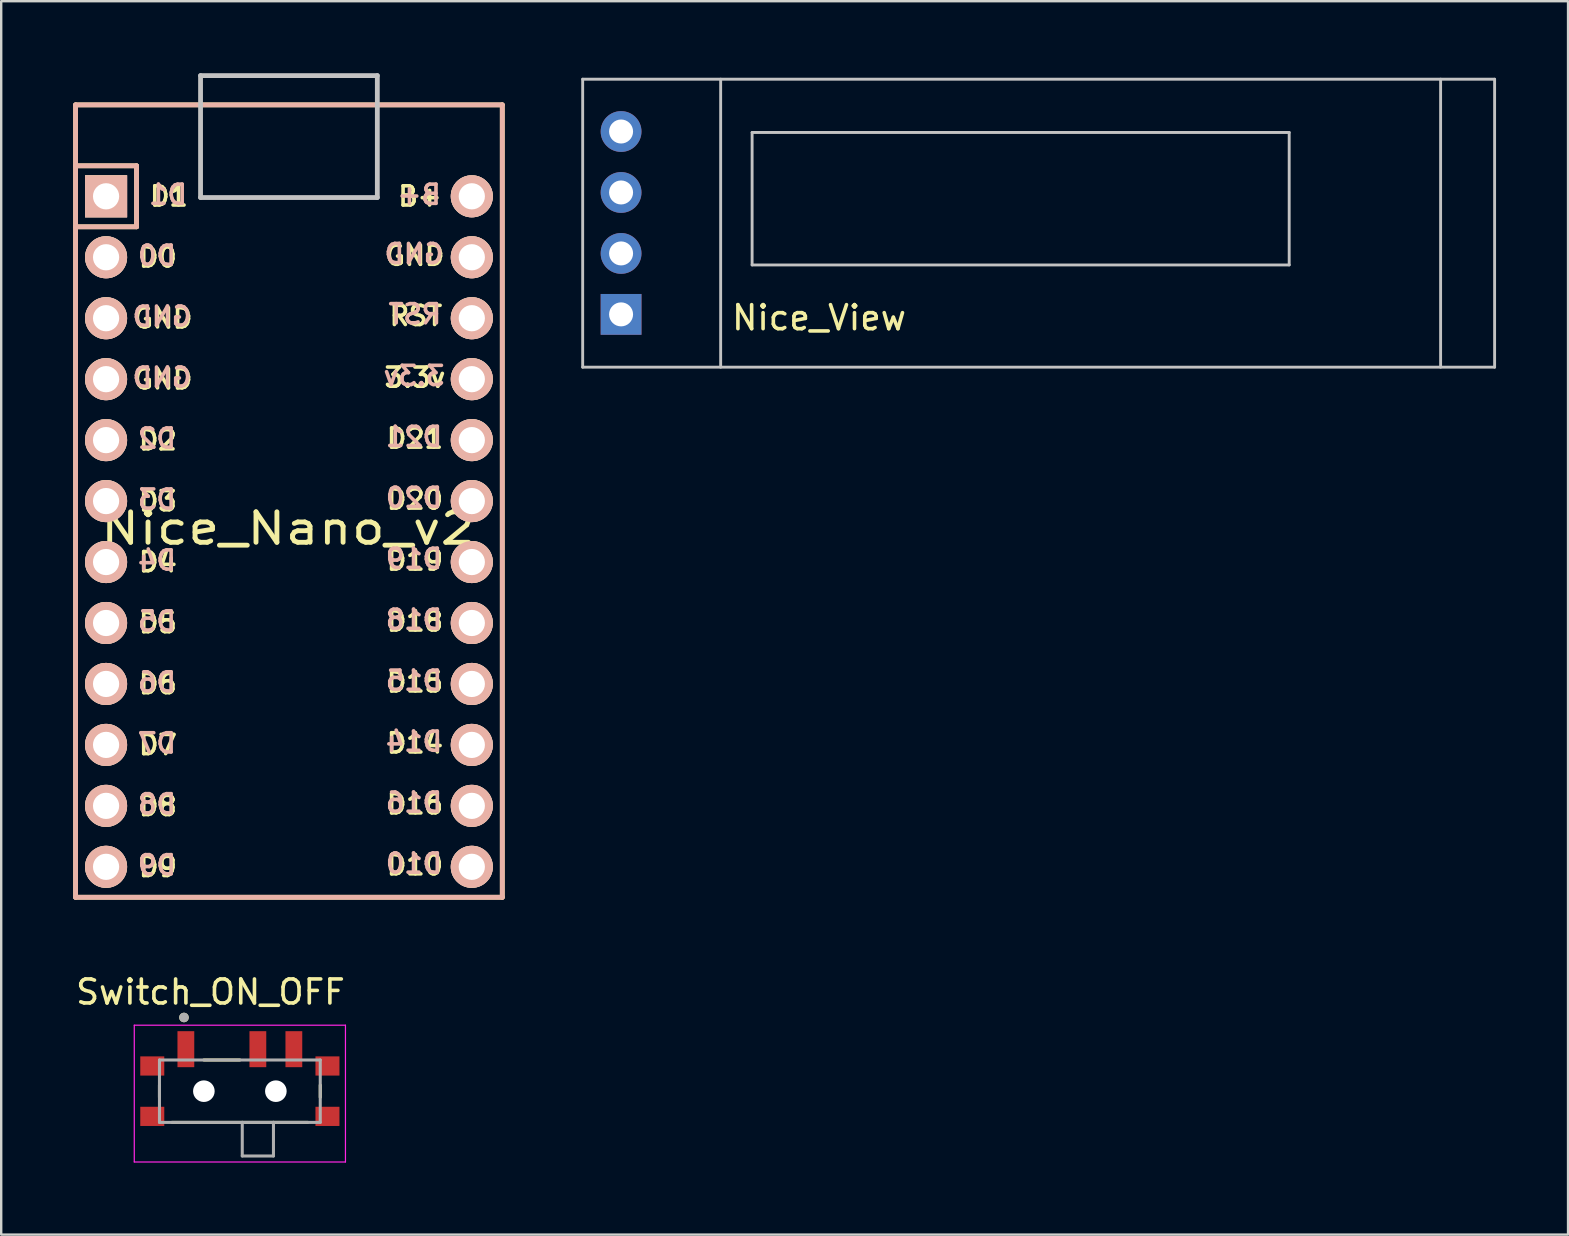
<source format=kicad_pcb>
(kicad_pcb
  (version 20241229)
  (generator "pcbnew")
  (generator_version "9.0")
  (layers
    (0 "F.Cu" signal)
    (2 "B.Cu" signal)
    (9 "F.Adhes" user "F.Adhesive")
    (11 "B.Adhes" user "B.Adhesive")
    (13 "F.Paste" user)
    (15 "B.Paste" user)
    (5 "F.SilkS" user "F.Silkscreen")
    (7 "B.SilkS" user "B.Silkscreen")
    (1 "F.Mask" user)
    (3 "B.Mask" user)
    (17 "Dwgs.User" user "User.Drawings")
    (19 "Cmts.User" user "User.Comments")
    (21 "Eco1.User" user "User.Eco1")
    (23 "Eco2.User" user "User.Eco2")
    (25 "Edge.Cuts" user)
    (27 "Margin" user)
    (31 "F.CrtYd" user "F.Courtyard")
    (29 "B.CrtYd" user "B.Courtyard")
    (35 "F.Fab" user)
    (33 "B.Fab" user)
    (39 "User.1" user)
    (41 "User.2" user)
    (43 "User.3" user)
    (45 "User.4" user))
  (footprint "Switch_ON_OFF"
    (layer "F.Cu")
    (at 6.945 42.419)
    (property "Reference" "Switch_ON_OFF" (at -1.225 -4.131 0) (layer "F.SilkS") (effects (font (size 1 1) (thickness 0.15))))
    (attr smd)
    (fp_line (start -3.35 -0.254) (end -3.35 0.254) (stroke (width 0.127) (type solid)) (layer "F.SilkS"))
    (fp_line (start -2.83 1.3) (end 2.83 1.3) (stroke (width 0.127) (type solid)) (layer "F.SilkS"))
    (fp_line (start -1.5 -1.3) (end 0 -1.3) (stroke (width 0.127) (type solid)) (layer "F.SilkS"))
    (fp_line (start 3.35 -0.254) (end 3.35 0.254) (stroke (width 0.127) (type solid)) (layer "F.SilkS"))
    (fp_circle (center -2.329 -3.071) (end -2.229 -3.071) (stroke (width 0.2) (type solid)) (fill no) (layer "F.SilkS"))
    (fp_line (start -4.4 -2.75) (end -4.4 2.95) (stroke (width 0.05) (type solid)) (layer "F.CrtYd"))
    (fp_line (start -4.4 2.95) (end 4.4 2.95) (stroke (width 0.05) (type solid)) (layer "F.CrtYd"))
    (fp_line (start 4.4 -2.75) (end -4.4 -2.75) (stroke (width 0.05) (type solid)) (layer "F.CrtYd"))
    (fp_line (start 4.4 2.95) (end 4.4 -2.75) (stroke (width 0.05) (type solid)) (layer "F.CrtYd"))
    (fp_line (start -3.35 -1.3) (end 3.35 -1.3) (stroke (width 0.127) (type solid)) (layer "F.Fab"))
    (fp_line (start -3.35 1.3) (end -3.35 -1.3) (stroke (width 0.127) (type solid)) (layer "F.Fab"))
    (fp_line (start 0.1 1.3) (end -3.35 1.3) (stroke (width 0.127) (type solid)) (layer "F.Fab"))
    (fp_line (start 0.1 1.3) (end 0.1 2.7) (stroke (width 0.127) (type solid)) (layer "F.Fab"))
    (fp_line (start 0.1 1.3) (end 1.4 1.3) (stroke (width 0.127) (type solid)) (layer "F.Fab"))
    (fp_line (start 0.1 2.7) (end 1.4 2.7) (stroke (width 0.127) (type solid)) (layer "F.Fab"))
    (fp_line (start 1.4 2.7) (end 1.4 1.3) (stroke (width 0.127) (type solid)) (layer "F.Fab"))
    (fp_line (start 3.35 -1.3) (end 3.35 1.3) (stroke (width 0.127) (type solid)) (layer "F.Fab"))
    (fp_line (start 3.35 1.3) (end 1.4 1.3) (stroke (width 0.127) (type solid)) (layer "F.Fab"))
    (fp_circle (center -2.329 -3.071) (end -2.229 -3.071) (stroke (width 0.2) (type solid)) (fill no) (layer "F.Fab"))
    (pad "" np_thru_hole circle (at -1.5 0) (size 0.9 0.9) (drill 0.9) (layers "*.Cu" "*.Mask"))
    (pad "" np_thru_hole circle (at 1.5 0) (size 0.9 0.9) (drill 0.9) (layers "*.Cu" "*.Mask"))
    (pad "1" smd rect (at -2.25 -1.75) (size 0.7 1.5) (layers "F.Cu" "F.Mask" "F.Paste"))
    (pad "2" smd rect (at 0.75 -1.75) (size 0.7 1.5) (layers "F.Cu" "F.Mask" "F.Paste"))
    (pad "3" smd rect (at 2.25 -1.75) (size 0.7 1.5) (layers "F.Cu" "F.Mask" "F.Paste"))
    (pad "S1" smd rect (at -3.65 -1.05) (size 1 0.8) (layers "F.Cu" "F.Mask" "F.Paste"))
    (pad "S2" smd rect (at -3.65 1.05) (size 1 0.8) (layers "F.Cu" "F.Mask" "F.Paste"))
    (pad "S3" smd rect (at 3.65 1.05) (size 1 0.8) (layers "F.Cu" "F.Mask" "F.Paste"))
    (pad "S4" smd rect (at 3.65 -1.05) (size 1 0.8) (layers "F.Cu" "F.Mask" "F.Paste")))
  (footprint "Nice_Nano_v2"
    (layer "F.Cu")
    (at 8.99 19.1)
    (property "Reference" "Nice_Nano_v2" (at -0.03 -0.13 0) (layer "F.SilkS") (effects (font (size 1.27 1.524) (thickness 0.203))))
    (attr through_hole)
    (fp_line (start -8.89 -17.78) (end -8.89 15.24) (stroke (width 0.2) (type solid)) (layer "F.SilkS"))
    (fp_line (start -8.89 15.24) (end 8.89 15.24) (stroke (width 0.2) (type solid)) (layer "F.SilkS"))
    (fp_line (start -6.35 -15.24) (end -8.89 -15.24) (stroke (width 0.2) (type solid)) (layer "F.SilkS"))
    (fp_line (start -6.35 -15.24) (end -6.35 -12.7) (stroke (width 0.2) (type solid)) (layer "F.SilkS"))
    (fp_line (start -6.35 -12.7) (end -8.89 -12.7) (stroke (width 0.2) (type solid)) (layer "F.SilkS"))
    (fp_line (start 8.89 -17.78) (end -8.89 -17.78) (stroke (width 0.2) (type solid)) (layer "F.SilkS"))
    (fp_line (start 8.89 15.24) (end 8.89 -17.78) (stroke (width 0.2) (type solid)) (layer "F.SilkS"))
    (fp_line (start -8.89 -17.78) (end -8.89 15.24) (stroke (width 0.2) (type solid)) (layer "B.SilkS"))
    (fp_line (start -8.89 15.24) (end 8.89 15.24) (stroke (width 0.2) (type solid)) (layer "B.SilkS"))
    (fp_line (start -6.35 -15.24) (end -8.89 -15.24) (stroke (width 0.2) (type solid)) (layer "B.SilkS"))
    (fp_line (start -6.35 -15.24) (end -6.35 -12.7) (stroke (width 0.2) (type solid)) (layer "B.SilkS"))
    (fp_line (start -6.35 -12.7) (end -8.89 -12.7) (stroke (width 0.2) (type solid)) (layer "B.SilkS"))
    (fp_line (start 8.89 -17.78) (end -8.89 -17.78) (stroke (width 0.2) (type solid)) (layer "B.SilkS"))
    (fp_line (start 8.89 15.24) (end 8.89 -17.78) (stroke (width 0.2) (type solid)) (layer "B.SilkS"))
    (fp_line (start -3.683 -19) (end 3.683 -19) (stroke (width 0.2) (type solid)) (layer "Dwgs.User"))
    (fp_line (start -3.683 -13.92) (end -3.683 -19) (stroke (width 0.2) (type solid)) (layer "Dwgs.User"))
    (fp_line (start 3.683 -19) (end 3.683 -13.92) (stroke (width 0.2) (type solid)) (layer "Dwgs.User"))
    (fp_line (start 3.683 -13.92) (end -3.683 -13.92) (stroke (width 0.2) (type solid)) (layer "Dwgs.User"))
    (fp_text user "D7" (at -5.461 8.89 0) (layer "F.SilkS") (effects (font (size 0.8 0.8) (thickness 0.15))))
    (fp_text user "D6" (at -5.461 6.35 0) (layer "F.SilkS") (effects (font (size 0.8 0.8) (thickness 0.15))))
    (fp_text user "GND" (at -5.25 -8.89 0) (layer "F.SilkS") (effects (font (size 0.8 0.8) (thickness 0.15))))
    (fp_text user "D0" (at -5.461 -11.43 0) (layer "F.SilkS") (effects (font (size 0.8 0.8) (thickness 0.15))))
    (fp_text user "D10" (at 5.25 13.9 0) (layer "F.SilkS") (effects (font (size 0.8 0.8) (thickness 0.15))))
    (fp_text user "B+" (at 5.461 -13.97 0) (layer "F.SilkS") (effects (font (size 0.8 0.8) (thickness 0.15))))
    (fp_text user "D19" (at 5.25 1.2 0) (layer "F.SilkS") (effects (font (size 0.8 0.8) (thickness 0.15))))
    (fp_text user "D18" (at 5.25 3.74 0) (layer "F.SilkS") (effects (font (size 0.8 0.8) (thickness 0.15))))
    (fp_text user "GND" (at -5.25 -6.35 0) (layer "F.SilkS") (effects (font (size 0.8 0.8) (thickness 0.15))))
    (fp_text user "GND" (at 5.25 -11.5 0) (layer "F.SilkS") (effects (font (size 0.8 0.8) (thickness 0.15))))
    (fp_text user "D4" (at -5.461 1.27 0) (layer "F.SilkS") (effects (font (size 0.8 0.8) (thickness 0.15))))
    (fp_text user "D21" (at 5.25 -3.88 0) (layer "F.SilkS") (effects (font (size 0.8 0.8) (thickness 0.15))))
    (fp_text user "D20" (at 5.25 -1.34 0) (layer "F.SilkS") (effects (font (size 0.8 0.8) (thickness 0.15))))
    (fp_text user "D5" (at -5.461 3.81 0) (layer "F.SilkS") (effects (font (size 0.8 0.8) (thickness 0.15))))
    (fp_text user "D2" (at -5.461 -3.81 0) (layer "F.SilkS") (effects (font (size 0.8 0.8) (thickness 0.15))))
    (fp_text user "D3" (at -5.461 -1.27 0) (layer "F.SilkS") (effects (font (size 0.8 0.8) (thickness 0.15))))
    (fp_text user "D8" (at -5.461 11.43 0) (layer "F.SilkS") (effects (font (size 0.8 0.8) (thickness 0.15))))
    (fp_text user "D16" (at 5.25 11.36 0) (layer "F.SilkS") (effects (font (size 0.8 0.8) (thickness 0.15))))
    (fp_text user "D1" (at -5 -13.97 0) (layer "F.SilkS") (effects (font (size 0.8 0.8) (thickness 0.15))))
    (fp_text user "D14" (at 5.25 8.82 0) (layer "F.SilkS") (effects (font (size 0.8 0.8) (thickness 0.15))))
    (fp_text user "D15" (at 5.25 6.28 0) (layer "F.SilkS") (effects (font (size 0.8 0.8) (thickness 0.15))))
    (fp_text user "RST" (at 5.289 -8.99 0) (layer "F.SilkS") (effects (font (size 0.8 0.8) (thickness 0.15))))
    (fp_text user "D9" (at -5.461 13.97 0) (layer "F.SilkS") (effects (font (size 0.8 0.8) (thickness 0.15))))
    (fp_text user "3.3v" (at 5.25 -6.42 0) (layer "F.SilkS") (effects (font (size 0.8 0.8) (thickness 0.15))))
    (fp_text user "D16" (at 5.211 11.29 0) (layer "B.SilkS") (effects (font (size 0.8 0.8) (thickness 0.15)) (justify mirror)))
    (fp_text user "D3" (at -5.5 -1.34 0) (layer "B.SilkS") (effects (font (size 0.8 0.8) (thickness 0.15)) (justify mirror)))
    (fp_text user "B+" (at 5.422 -14.04 0) (layer "B.SilkS") (effects (font (size 0.8 0.8) (thickness 0.15)) (justify mirror)))
    (fp_text user "D2" (at -5.5 -3.88 0) (layer "B.SilkS") (effects (font (size 0.8 0.8) (thickness 0.15)) (justify mirror)))
    (fp_text user "D7" (at -5.5 8.82 0) (layer "B.SilkS") (effects (font (size 0.8 0.8) (thickness 0.15)) (justify mirror)))
    (fp_text user "D18" (at 5.211 3.67 0) (layer "B.SilkS") (effects (font (size 0.8 0.8) (thickness 0.15)) (justify mirror)))
    (fp_text user "D4" (at -5.5 1.2 0) (layer "B.SilkS") (effects (font (size 0.8 0.8) (thickness 0.15)) (justify mirror)))
    (fp_text user "D8" (at -5.5 11.36 0) (layer "B.SilkS") (effects (font (size 0.8 0.8) (thickness 0.15)) (justify mirror)))
    (fp_text user "D21" (at 5.211 -3.95 0) (layer "B.SilkS") (effects (font (size 0.8 0.8) (thickness 0.15)) (justify mirror)))
    (fp_text user "D14" (at 5.211 8.75 0) (layer "B.SilkS") (effects (font (size 0.8 0.8) (thickness 0.15)) (justify mirror)))
    (fp_text user "D10" (at 5.211 13.83 0) (layer "B.SilkS") (effects (font (size 0.8 0.8) (thickness 0.15)) (justify mirror)))
    (fp_text user "D15" (at 5.211 6.21 0) (layer "B.SilkS") (effects (font (size 0.8 0.8) (thickness 0.15)) (justify mirror)))
    (fp_text user "D0" (at -5.5 -11.5 0) (layer "B.SilkS") (effects (font (size 0.8 0.8) (thickness 0.15)) (justify mirror)))
    (fp_text user "GND" (at 5.211 -11.57 0) (layer "B.SilkS") (effects (font (size 0.8 0.8) (thickness 0.15)) (justify mirror)))
    (fp_text user "D9" (at -5.5 13.9 0) (layer "B.SilkS") (effects (font (size 0.8 0.8) (thickness 0.15)) (justify mirror)))
    (fp_text user "D1" (at -5.039 -14.04 0) (layer "B.SilkS") (effects (font (size 0.8 0.8) (thickness 0.15)) (justify mirror)))
    (fp_text user "GND" (at -5.289 -6.42 0) (layer "B.SilkS") (effects (font (size 0.8 0.8) (thickness 0.15)) (justify mirror)))
    (fp_text user "D5" (at -5.5 3.74 0) (layer "B.SilkS") (effects (font (size 0.8 0.8) (thickness 0.15)) (justify mirror)))
    (fp_text user "GND" (at -5.289 -8.96 0) (layer "B.SilkS") (effects (font (size 0.8 0.8) (thickness 0.15)) (justify mirror)))
    (fp_text user "D20" (at 5.211 -1.41 0) (layer "B.SilkS") (effects (font (size 0.8 0.8) (thickness 0.15)) (justify mirror)))
    (fp_text user "D6" (at -5.5 6.28 0) (layer "B.SilkS") (effects (font (size 0.8 0.8) (thickness 0.15)) (justify mirror)))
    (fp_text user "3.3v" (at 5.211 -6.49 0) (layer "B.SilkS") (effects (font (size 0.8 0.8) (thickness 0.15)) (justify mirror)))
    (fp_text user "D19" (at 5.211 1.13 0) (layer "B.SilkS") (effects (font (size 0.8 0.8) (thickness 0.15)) (justify mirror)))
    (fp_text user "RST" (at 5.25 -9.06 0) (layer "B.SilkS") (effects (font (size 0.8 0.8) (thickness 0.15)) (justify mirror)))
    (pad "1" thru_hole rect (at -7.62 -13.97 270) (size 1.753 1.753) (drill 1.092) (layers "*.Cu" "*.SilkS" "*.Mask"))
    (pad "2" thru_hole circle (at -7.62 -11.43 270) (size 1.753 1.753) (drill 1.092) (layers "*.Cu" "*.SilkS" "*.Mask"))
    (pad "3" thru_hole circle (at -7.62 -8.89 270) (size 1.753 1.753) (drill 1.092) (layers "*.Cu" "*.SilkS" "*.Mask"))
    (pad "4" thru_hole circle (at -7.62 -6.35 270) (size 1.753 1.753) (drill 1.092) (layers "*.Cu" "*.SilkS" "*.Mask"))
    (pad "5" thru_hole circle (at -7.62 -3.81 270) (size 1.753 1.753) (drill 1.092) (layers "*.Cu" "*.SilkS" "*.Mask"))
    (pad "6" thru_hole circle (at -7.62 -1.27 270) (size 1.753 1.753) (drill 1.092) (layers "*.Cu" "*.SilkS" "*.Mask"))
    (pad "7" thru_hole circle (at -7.62 1.27 270) (size 1.753 1.753) (drill 1.092) (layers "*.Cu" "*.SilkS" "*.Mask"))
    (pad "8" thru_hole circle (at -7.62 3.81 270) (size 1.753 1.753) (drill 1.092) (layers "*.Cu" "*.SilkS" "*.Mask"))
    (pad "9" thru_hole circle (at -7.62 6.35 270) (size 1.753 1.753) (drill 1.092) (layers "*.Cu" "*.SilkS" "*.Mask"))
    (pad "10" thru_hole circle (at -7.62 8.89 270) (size 1.753 1.753) (drill 1.092) (layers "*.Cu" "*.SilkS" "*.Mask"))
    (pad "11" thru_hole circle (at -7.62 11.43 270) (size 1.753 1.753) (drill 1.092) (layers "*.Cu" "*.SilkS" "*.Mask"))
    (pad "12" thru_hole circle (at -7.62 13.97 270) (size 1.753 1.753) (drill 1.092) (layers "*.Cu" "*.SilkS" "*.Mask"))
    (pad "13" thru_hole circle (at 7.62 13.97 270) (size 1.753 1.753) (drill 1.092) (layers "*.Cu" "*.SilkS" "*.Mask"))
    (pad "14" thru_hole circle (at 7.62 11.43 270) (size 1.753 1.753) (drill 1.092) (layers "*.Cu" "*.SilkS" "*.Mask"))
    (pad "15" thru_hole circle (at 7.62 8.89 270) (size 1.753 1.753) (drill 1.092) (layers "*.Cu" "*.SilkS" "*.Mask"))
    (pad "16" thru_hole circle (at 7.62 6.35 270) (size 1.753 1.753) (drill 1.092) (layers "*.Cu" "*.SilkS" "*.Mask"))
    (pad "17" thru_hole circle (at 7.62 3.81 270) (size 1.753 1.753) (drill 1.092) (layers "*.Cu" "*.SilkS" "*.Mask"))
    (pad "18" thru_hole circle (at 7.62 1.27 270) (size 1.753 1.753) (drill 1.092) (layers "*.Cu" "*.SilkS" "*.Mask"))
    (pad "19" thru_hole circle (at 7.62 -1.27 270) (size 1.753 1.753) (drill 1.092) (layers "*.Cu" "*.SilkS" "*.Mask"))
    (pad "20" thru_hole circle (at 7.62 -3.81 270) (size 1.753 1.753) (drill 1.092) (layers "*.Cu" "*.SilkS" "*.Mask"))
    (pad "21" thru_hole circle (at 7.62 -6.35 270) (size 1.753 1.753) (drill 1.092) (layers "*.Cu" "*.SilkS" "*.Mask"))
    (pad "22" thru_hole circle (at 7.62 -8.89 270) (size 1.753 1.753) (drill 1.092) (layers "*.Cu" "*.SilkS" "*.Mask"))
    (pad "23" thru_hole circle (at 7.62 -11.43 270) (size 1.753 1.753) (drill 1.092) (layers "*.Cu" "*.SilkS" "*.Mask"))
    (pad "24" thru_hole circle (at 7.62 -13.97 270) (size 1.753 1.753) (drill 1.092) (layers "*.Cu" "*.SilkS" "*.Mask")))
  (footprint "Nice_View"
    (layer "F.Cu")
    (at 21.23 0.25)
    (property "Reference" "Nice_View" (at 9.85 9.94 0) (layer "F.SilkS") (effects (font (size 1 1) (thickness 0.15))))
    (attr through_hole exclude_from_pos_files)
    (fp_line (start 0 0) (end 0 12) (stroke (width 0.12) (type solid)) (layer "Dwgs.User"))
    (fp_line (start 0 0) (end 38 0) (stroke (width 0.12) (type solid)) (layer "Dwgs.User"))
    (fp_line (start 5.75 0) (end 5.75 12) (stroke (width 0.12) (type solid)) (layer "Dwgs.User"))
    (fp_line (start 7.06 2.22) (end 7.06 7.74) (stroke (width 0.12) (type solid)) (layer "Dwgs.User"))
    (fp_line (start 7.06 2.22) (end 29.44 2.22) (stroke (width 0.12) (type solid)) (layer "Dwgs.User"))
    (fp_line (start 7.06 7.74) (end 29.44 7.74) (stroke (width 0.12) (type solid)) (layer "Dwgs.User"))
    (fp_line (start 29.44 7.74) (end 29.44 2.22) (stroke (width 0.12) (type solid)) (layer "Dwgs.User"))
    (fp_line (start 35.75 0) (end 35.75 12) (stroke (width 0.12) (type solid)) (layer "Dwgs.User"))
    (fp_line (start 38 0) (end 38 12) (stroke (width 0.12) (type solid)) (layer "Dwgs.User"))
    (fp_line (start 38 12) (end 0 12) (stroke (width 0.12) (type solid)) (layer "Dwgs.User"))
    (pad "1" thru_hole rect (at 1.6 9.8 180) (size 1.7 1.7) (drill 1) (layers "*.Cu" "*.Mask"))
    (pad "2" thru_hole oval (at 1.6 7.26 180) (size 1.7 1.7) (drill 1) (layers "*.Cu" "*.Mask"))
    (pad "3" thru_hole oval (at 1.6 4.72 180) (size 1.7 1.7) (drill 1) (layers "*.Cu" "*.Mask"))
    (pad "4" thru_hole oval (at 1.6 2.18 180) (size 1.7 1.7) (drill 1) (layers "*.Cu" "*.Mask")))
  (gr_rect
    (start -3 -3)
    (end 62.29 48.394)
    (stroke (width 0.1) (type default))
    (fill no)
    (layer "Edge.Cuts")))
</source>
